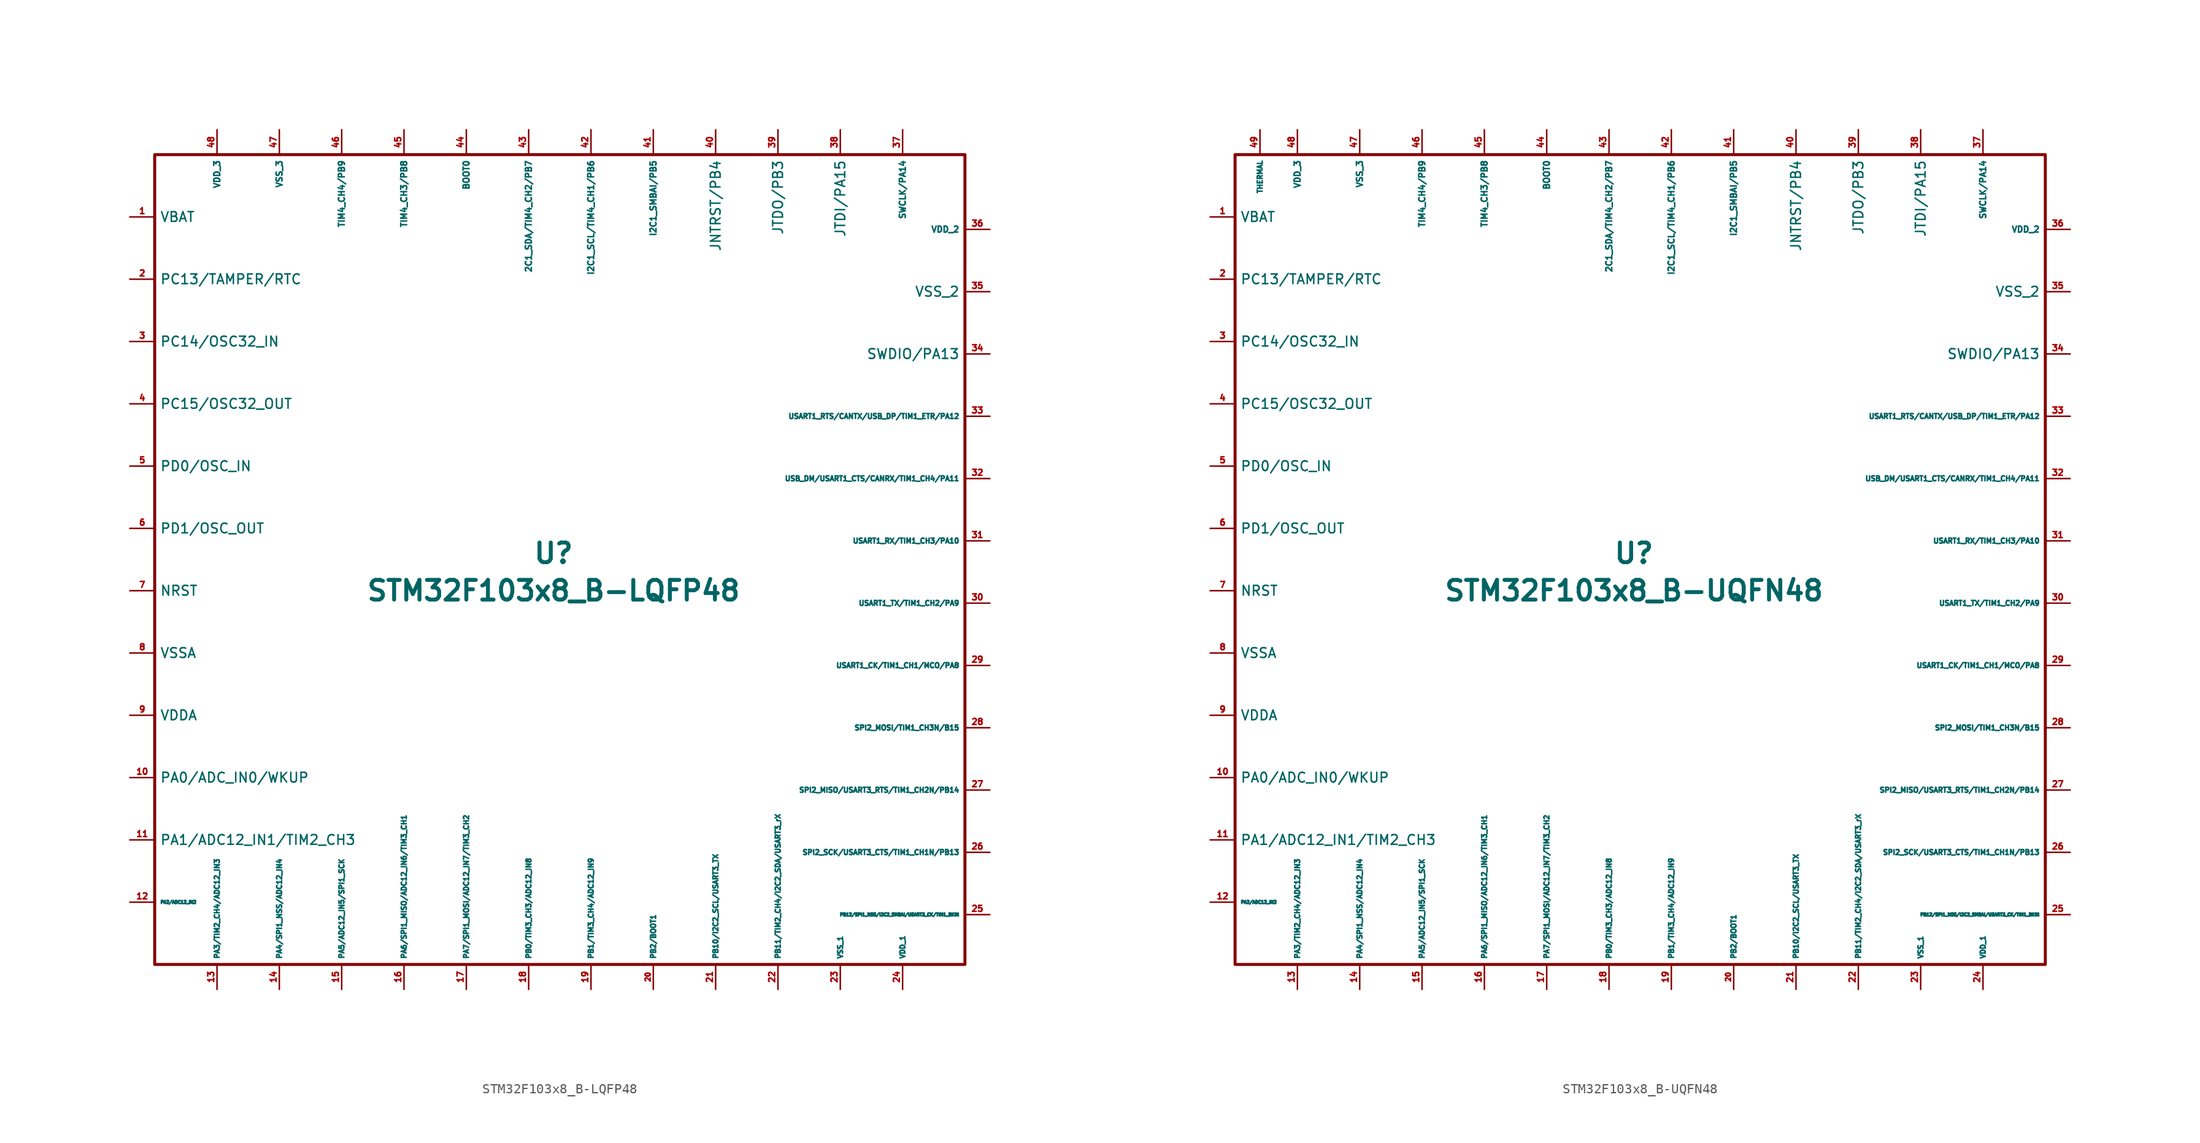
<source format=kicad_sym>
(kicad_symbol_lib
  (version 20200126)
  (host kicad_symbol_editor "(5.99.0-2039-g05a89863c)")
  (symbol "acheronSymbols:STM32F103x8_B-LQFP48"
    (property "Reference" "U"
      (at 0 1.27 0)
      (effects (font (size 2.007 2.007) bold)))
    (property "Value" "STM32F103x8_B-LQFP48"
      (at 0 -2.54 0)
      (effects (font (size 2.007 2.007) bold)))
    (symbol "STM32F103x8_B-LQFP48_0_1"
      (rectangle (start 41.91 41.91) (end -40.64 -40.64) (stroke (width 0.305)) (fill (type none))))
    (symbol "STM32F103x8_B-LQFP48_1_1"
      (pin power_in line (at -43.18 35.56 0) (length 2.54) (name "VBAT" (effects (font (size 0.991 0.991)))) (number "1" (effects (font (size 0.61 0.61)))))
      (pin bidirectional line (at -43.18 -21.59 0) (length 2.54) (name "PA0/ADC_IN0/WKUP" (effects (font (size 0.991 0.991)))) (number "10" (effects (font (size 0.61 0.61)))))
      (pin bidirectional line (at -43.18 -27.94 0) (length 2.54) (name "PA1/ADC12_IN1/TIM2_CH3" (effects (font (size 0.991 0.991)))) (number "11" (effects (font (size 0.61 0.61)))))
      (pin bidirectional line (at -43.18 -34.29 0) (length 2.54) (name "PA2/ADC12_IN2" (effects (font (size 0.305 0.305)))) (number "12" (effects (font (size 0.61 0.61)))))
      (pin bidirectional line (at -34.29 -43.18 90) (length 2.54) (name "PA3/TIM2_CH4/ADC12_IN3" (effects (font (size 0.508 0.508)))) (number "13" (effects (font (size 0.61 0.61)))))
      (pin bidirectional line (at -27.94 -43.18 90) (length 2.54) (name "PA4/SPI1_NSS/ADC12_IN4" (effects (font (size 0.508 0.508)))) (number "14" (effects (font (size 0.61 0.61)))))
      (pin bidirectional line (at -21.59 -43.18 90) (length 2.54) (name "PA5/ADC12_IN5/SPI1_SCK" (effects (font (size 0.508 0.508)))) (number "15" (effects (font (size 0.61 0.61)))))
      (pin bidirectional line (at -15.24 -43.18 90) (length 2.54) (name "PA6/SPI1_MISO/ADC12_IN6/TIM3_CH1" (effects (font (size 0.508 0.508)))) (number "16" (effects (font (size 0.61 0.61)))))
      (pin bidirectional line (at -8.89 -43.18 90) (length 2.54) (name "PA7/SPI1_MOSI/ADC12_IN7/TIM3_CH2" (effects (font (size 0.508 0.508)))) (number "17" (effects (font (size 0.61 0.61)))))
      (pin bidirectional line (at -2.54 -43.18 90) (length 2.54) (name "PB0/TIM3_CH3/ADC12_IN8" (effects (font (size 0.508 0.508)))) (number "18" (effects (font (size 0.61 0.61)))))
      (pin bidirectional line (at 3.81 -43.18 90) (length 2.54) (name "PB1/TIM3_CH4/ADC12_IN9" (effects (font (size 0.508 0.508)))) (number "19" (effects (font (size 0.61 0.61)))))
      (pin bidirectional line (at -43.18 29.21 0) (length 2.54) (name "PC13/TAMPER/RTC" (effects (font (size 0.991 0.991)))) (number "2" (effects (font (size 0.61 0.61)))))
      (pin bidirectional line (at 10.16 -43.18 90) (length 2.54) (name "PB2/BOOT1" (effects (font (size 0.508 0.508)))) (number "20" (effects (font (size 0.508 0.508)))))
      (pin bidirectional line (at 16.51 -43.18 90) (length 2.54) (name "PB10/I2C2_SCL/USART3_TX" (effects (font (size 0.508 0.508)))) (number "21" (effects (font (size 0.61 0.61)))))
      (pin bidirectional line (at 22.86 -43.18 90) (length 2.54) (name "PB11/TIM2_CH4/I2C2_SDA/USART3_rX" (effects (font (size 0.508 0.508)))) (number "22" (effects (font (size 0.61 0.61)))))
      (pin power_in line (at 29.21 -43.18 90) (length 2.54) (name "VSS_1" (effects (font (size 0.508 0.508)))) (number "23" (effects (font (size 0.61 0.61)))))
      (pin power_in line (at 35.56 -43.18 90) (length 2.54) (name "VDD_1" (effects (font (size 0.508 0.508)))) (number "24" (effects (font (size 0.61 0.61)))))
      (pin bidirectional line (at 44.45 -35.56 180) (length 2.54) (name "PB12/SPI1_NSS/I2C2_SMBAI/USART3_CK/TIM1_BKIN" (effects (font (size 0.305 0.305)))) (number "25" (effects (font (size 0.61 0.61)))))
      (pin bidirectional line (at 44.45 -29.21 180) (length 2.54) (name "SPI2_SCK/USART3_CTS/TIM1_CH1N/PB13" (effects (font (size 0.508 0.508)))) (number "26" (effects (font (size 0.61 0.61)))))
      (pin bidirectional line (at 44.45 -22.86 180) (length 2.54) (name "SPI2_MISO/USART3_RTS/TIM1_CH2N/PB14" (effects (font (size 0.508 0.508)))) (number "27" (effects (font (size 0.61 0.61)))))
      (pin bidirectional line (at 44.45 -16.51 180) (length 2.54) (name "SPI2_MOSI/TIM1_CH3N/B15" (effects (font (size 0.508 0.508)))) (number "28" (effects (font (size 0.61 0.61)))))
      (pin bidirectional line (at 44.45 -10.16 180) (length 2.54) (name "USART1_CK/TIM1_CH1/MCO/PA8" (effects (font (size 0.508 0.508)))) (number "29" (effects (font (size 0.61 0.61)))))
      (pin bidirectional line (at -43.18 22.86 0) (length 2.54) (name "PC14/OSC32_IN" (effects (font (size 0.991 0.991)))) (number "3" (effects (font (size 0.61 0.61)))))
      (pin bidirectional line (at 44.45 -3.81 180) (length 2.54) (name "USART1_TX/TIM1_CH2/PA9" (effects (font (size 0.508 0.508)))) (number "30" (effects (font (size 0.61 0.61)))))
      (pin bidirectional line (at 44.45 2.54 180) (length 2.54) (name "USART1_RX/TIM1_CH3/PA10" (effects (font (size 0.508 0.508)))) (number "31" (effects (font (size 0.61 0.61)))))
      (pin bidirectional line (at 44.45 8.89 180) (length 2.54) (name "USB_DM/USART1_CTS/CANRX/TIM1_CH4/PA11" (effects (font (size 0.508 0.508)))) (number "32" (effects (font (size 0.61 0.61)))))
      (pin bidirectional line (at 44.45 15.24 180) (length 2.54) (name "USART1_RTS/CANTX/USB_DP/TIM1_ETR/PA12" (effects (font (size 0.508 0.508)))) (number "33" (effects (font (size 0.61 0.61)))))
      (pin bidirectional line (at 44.45 21.59 180) (length 2.54) (name "SWDIO/PA13" (effects (font (size 0.991 0.991)))) (number "34" (effects (font (size 0.61 0.61)))))
      (pin power_in line (at 44.45 27.94 180) (length 2.54) (name "VSS_2" (effects (font (size 0.991 0.991)))) (number "35" (effects (font (size 0.61 0.61)))))
      (pin power_in line (at 44.45 34.29 180) (length 2.54) (name "VDD_2" (effects (font (size 0.61 0.61)))) (number "36" (effects (font (size 0.61 0.61)))))
      (pin bidirectional line (at 35.56 44.45 270) (length 2.54) (name "SWCLK/PA14" (effects (font (size 0.61 0.61)))) (number "37" (effects (font (size 0.61 0.61)))))
      (pin bidirectional line (at 29.21 44.45 270) (length 2.54) (name "JTDI/PA15" (effects (font (size 0.991 0.991)))) (number "38" (effects (font (size 0.61 0.61)))))
      (pin bidirectional line (at 22.86 44.45 270) (length 2.54) (name "JTDO/PB3" (effects (font (size 0.991 0.991)))) (number "39" (effects (font (size 0.61 0.61)))))
      (pin bidirectional line (at -43.18 16.51 0) (length 2.54) (name "PC15/OSC32_OUT" (effects (font (size 0.991 0.991)))) (number "4" (effects (font (size 0.61 0.61)))))
      (pin bidirectional line (at 16.51 44.45 270) (length 2.54) (name "JNTRST/PB4" (effects (font (size 0.991 0.991)))) (number "40" (effects (font (size 0.61 0.61)))))
      (pin bidirectional line (at 10.16 44.45 270) (length 2.54) (name "I2C1_SMBAI/PB5" (effects (font (size 0.61 0.61)))) (number "41" (effects (font (size 0.61 0.61)))))
      (pin bidirectional line (at 3.81 44.45 270) (length 2.54) (name "I2C1_SCL/TIM4_CH1/PB6" (effects (font (size 0.61 0.61)))) (number "42" (effects (font (size 0.61 0.61)))))
      (pin bidirectional line (at -2.54 44.45 270) (length 2.54) (name "2C1_SDA/TIM4_CH2/PB7" (effects (font (size 0.61 0.61)))) (number "43" (effects (font (size 0.61 0.61)))))
      (pin output line (at -8.89 44.45 270) (length 2.54) (name "BOOT0" (effects (font (size 0.61 0.61)))) (number "44" (effects (font (size 0.61 0.61)))))
      (pin bidirectional line (at -15.24 44.45 270) (length 2.54) (name "TIM4_CH3/PB8" (effects (font (size 0.61 0.61)))) (number "45" (effects (font (size 0.61 0.61)))))
      (pin input line (at -21.59 44.45 270) (length 2.54) (name "TIM4_CH4/PB9" (effects (font (size 0.61 0.61)))) (number "46" (effects (font (size 0.61 0.61)))))
      (pin input line (at -27.94 44.45 270) (length 2.54) (name "VSS_3" (effects (font (size 0.61 0.61)))) (number "47" (effects (font (size 0.61 0.61)))))
      (pin input line (at -34.29 44.45 270) (length 2.54) (name "VDD_3" (effects (font (size 0.61 0.61)))) (number "48" (effects (font (size 0.61 0.61)))))
      (pin bidirectional line (at -43.18 10.16 0) (length 2.54) (name "PD0/OSC_IN" (effects (font (size 0.991 0.991)))) (number "5" (effects (font (size 0.61 0.61)))))
      (pin bidirectional line (at -43.18 3.81 0) (length 2.54) (name "PD1/OSC_OUT" (effects (font (size 0.991 0.991)))) (number "6" (effects (font (size 0.61 0.61)))))
      (pin input line (at -43.18 -2.54 0) (length 2.54) (name "NRST" (effects (font (size 0.991 0.991)))) (number "7" (effects (font (size 0.61 0.61)))))
      (pin power_in line (at -43.18 -8.89 0) (length 2.54) (name "VSSA" (effects (font (size 0.991 0.991)))) (number "8" (effects (font (size 0.61 0.61)))))
      (pin power_in line (at -43.18 -15.24 0) (length 2.54) (name "VDDA" (effects (font (size 0.991 0.991)))) (number "9" (effects (font (size 0.61 0.61)))))))
  (symbol "acheronSymbols:STM32F103x8_B-UQFN48"
    (property "Reference" "U"
      (at 0 1.27 0)
      (effects (font (size 2.007 2.007) bold)))
    (property "Value" "STM32F103x8_B-UQFN48"
      (at 0 -2.54 0)
      (effects (font (size 2.007 2.007) bold)))
    (symbol "STM32F103x8_B-UQFN48_0_1"
      (rectangle (start 41.91 41.91) (end -40.64 -40.64) (stroke (width 0.305)) (fill (type none))))
    (symbol "STM32F103x8_B-UQFN48_1_1"
      (pin power_in line (at -43.18 35.56 0) (length 2.54) (name "VBAT" (effects (font (size 0.991 0.991)))) (number "1" (effects (font (size 0.61 0.61)))))
      (pin bidirectional line (at -43.18 -21.59 0) (length 2.54) (name "PA0/ADC_IN0/WKUP" (effects (font (size 0.991 0.991)))) (number "10" (effects (font (size 0.61 0.61)))))
      (pin bidirectional line (at -43.18 -27.94 0) (length 2.54) (name "PA1/ADC12_IN1/TIM2_CH3" (effects (font (size 0.991 0.991)))) (number "11" (effects (font (size 0.61 0.61)))))
      (pin bidirectional line (at -43.18 -34.29 0) (length 2.54) (name "PA2/ADC12_IN2" (effects (font (size 0.305 0.305)))) (number "12" (effects (font (size 0.61 0.61)))))
      (pin bidirectional line (at -34.29 -43.18 90) (length 2.54) (name "PA3/TIM2_CH4/ADC12_IN3" (effects (font (size 0.508 0.508)))) (number "13" (effects (font (size 0.61 0.61)))))
      (pin bidirectional line (at -27.94 -43.18 90) (length 2.54) (name "PA4/SPI1_NSS/ADC12_IN4" (effects (font (size 0.508 0.508)))) (number "14" (effects (font (size 0.61 0.61)))))
      (pin bidirectional line (at -21.59 -43.18 90) (length 2.54) (name "PA5/ADC12_IN5/SPI1_SCK" (effects (font (size 0.508 0.508)))) (number "15" (effects (font (size 0.61 0.61)))))
      (pin bidirectional line (at -15.24 -43.18 90) (length 2.54) (name "PA6/SPI1_MISO/ADC12_IN6/TIM3_CH1" (effects (font (size 0.508 0.508)))) (number "16" (effects (font (size 0.61 0.61)))))
      (pin bidirectional line (at -8.89 -43.18 90) (length 2.54) (name "PA7/SPI1_MOSI/ADC12_IN7/TIM3_CH2" (effects (font (size 0.508 0.508)))) (number "17" (effects (font (size 0.61 0.61)))))
      (pin bidirectional line (at -2.54 -43.18 90) (length 2.54) (name "PB0/TIM3_CH3/ADC12_IN8" (effects (font (size 0.508 0.508)))) (number "18" (effects (font (size 0.61 0.61)))))
      (pin bidirectional line (at 3.81 -43.18 90) (length 2.54) (name "PB1/TIM3_CH4/ADC12_IN9" (effects (font (size 0.508 0.508)))) (number "19" (effects (font (size 0.61 0.61)))))
      (pin bidirectional line (at -43.18 29.21 0) (length 2.54) (name "PC13/TAMPER/RTC" (effects (font (size 0.991 0.991)))) (number "2" (effects (font (size 0.61 0.61)))))
      (pin bidirectional line (at 10.16 -43.18 90) (length 2.54) (name "PB2/BOOT1" (effects (font (size 0.508 0.508)))) (number "20" (effects (font (size 0.508 0.508)))))
      (pin bidirectional line (at 16.51 -43.18 90) (length 2.54) (name "PB10/I2C2_SCL/USART3_TX" (effects (font (size 0.508 0.508)))) (number "21" (effects (font (size 0.61 0.61)))))
      (pin bidirectional line (at 22.86 -43.18 90) (length 2.54) (name "PB11/TIM2_CH4/I2C2_SDA/USART3_rX" (effects (font (size 0.508 0.508)))) (number "22" (effects (font (size 0.61 0.61)))))
      (pin power_in line (at 29.21 -43.18 90) (length 2.54) (name "VSS_1" (effects (font (size 0.508 0.508)))) (number "23" (effects (font (size 0.61 0.61)))))
      (pin power_in line (at 35.56 -43.18 90) (length 2.54) (name "VDD_1" (effects (font (size 0.508 0.508)))) (number "24" (effects (font (size 0.61 0.61)))))
      (pin bidirectional line (at 44.45 -35.56 180) (length 2.54) (name "PB12/SPI1_NSS/I2C2_SMBAI/USART3_CK/TIM1_BKIN" (effects (font (size 0.305 0.305)))) (number "25" (effects (font (size 0.61 0.61)))))
      (pin bidirectional line (at 44.45 -29.21 180) (length 2.54) (name "SPI2_SCK/USART3_CTS/TIM1_CH1N/PB13" (effects (font (size 0.508 0.508)))) (number "26" (effects (font (size 0.61 0.61)))))
      (pin bidirectional line (at 44.45 -22.86 180) (length 2.54) (name "SPI2_MISO/USART3_RTS/TIM1_CH2N/PB14" (effects (font (size 0.508 0.508)))) (number "27" (effects (font (size 0.61 0.61)))))
      (pin bidirectional line (at 44.45 -16.51 180) (length 2.54) (name "SPI2_MOSI/TIM1_CH3N/B15" (effects (font (size 0.508 0.508)))) (number "28" (effects (font (size 0.61 0.61)))))
      (pin bidirectional line (at 44.45 -10.16 180) (length 2.54) (name "USART1_CK/TIM1_CH1/MCO/PA8" (effects (font (size 0.508 0.508)))) (number "29" (effects (font (size 0.61 0.61)))))
      (pin bidirectional line (at -43.18 22.86 0) (length 2.54) (name "PC14/OSC32_IN" (effects (font (size 0.991 0.991)))) (number "3" (effects (font (size 0.61 0.61)))))
      (pin bidirectional line (at 44.45 -3.81 180) (length 2.54) (name "USART1_TX/TIM1_CH2/PA9" (effects (font (size 0.508 0.508)))) (number "30" (effects (font (size 0.61 0.61)))))
      (pin bidirectional line (at 44.45 2.54 180) (length 2.54) (name "USART1_RX/TIM1_CH3/PA10" (effects (font (size 0.508 0.508)))) (number "31" (effects (font (size 0.61 0.61)))))
      (pin bidirectional line (at 44.45 8.89 180) (length 2.54) (name "USB_DM/USART1_CTS/CANRX/TIM1_CH4/PA11" (effects (font (size 0.508 0.508)))) (number "32" (effects (font (size 0.61 0.61)))))
      (pin bidirectional line (at 44.45 15.24 180) (length 2.54) (name "USART1_RTS/CANTX/USB_DP/TIM1_ETR/PA12" (effects (font (size 0.508 0.508)))) (number "33" (effects (font (size 0.61 0.61)))))
      (pin bidirectional line (at 44.45 21.59 180) (length 2.54) (name "SWDIO/PA13" (effects (font (size 0.991 0.991)))) (number "34" (effects (font (size 0.61 0.61)))))
      (pin power_in line (at 44.45 27.94 180) (length 2.54) (name "VSS_2" (effects (font (size 0.991 0.991)))) (number "35" (effects (font (size 0.61 0.61)))))
      (pin power_in line (at 44.45 34.29 180) (length 2.54) (name "VDD_2" (effects (font (size 0.61 0.61)))) (number "36" (effects (font (size 0.61 0.61)))))
      (pin bidirectional line (at 35.56 44.45 270) (length 2.54) (name "SWCLK/PA14" (effects (font (size 0.61 0.61)))) (number "37" (effects (font (size 0.61 0.61)))))
      (pin bidirectional line (at 29.21 44.45 270) (length 2.54) (name "JTDI/PA15" (effects (font (size 0.991 0.991)))) (number "38" (effects (font (size 0.61 0.61)))))
      (pin bidirectional line (at 22.86 44.45 270) (length 2.54) (name "JTDO/PB3" (effects (font (size 0.991 0.991)))) (number "39" (effects (font (size 0.61 0.61)))))
      (pin bidirectional line (at -43.18 16.51 0) (length 2.54) (name "PC15/OSC32_OUT" (effects (font (size 0.991 0.991)))) (number "4" (effects (font (size 0.61 0.61)))))
      (pin bidirectional line (at 16.51 44.45 270) (length 2.54) (name "JNTRST/PB4" (effects (font (size 0.991 0.991)))) (number "40" (effects (font (size 0.61 0.61)))))
      (pin bidirectional line (at 10.16 44.45 270) (length 2.54) (name "I2C1_SMBAI/PB5" (effects (font (size 0.61 0.61)))) (number "41" (effects (font (size 0.61 0.61)))))
      (pin bidirectional line (at 3.81 44.45 270) (length 2.54) (name "I2C1_SCL/TIM4_CH1/PB6" (effects (font (size 0.61 0.61)))) (number "42" (effects (font (size 0.61 0.61)))))
      (pin bidirectional line (at -2.54 44.45 270) (length 2.54) (name "2C1_SDA/TIM4_CH2/PB7" (effects (font (size 0.61 0.61)))) (number "43" (effects (font (size 0.61 0.61)))))
      (pin output line (at -8.89 44.45 270) (length 2.54) (name "BOOT0" (effects (font (size 0.61 0.61)))) (number "44" (effects (font (size 0.61 0.61)))))
      (pin bidirectional line (at -15.24 44.45 270) (length 2.54) (name "TIM4_CH3/PB8" (effects (font (size 0.61 0.61)))) (number "45" (effects (font (size 0.61 0.61)))))
      (pin input line (at -21.59 44.45 270) (length 2.54) (name "TIM4_CH4/PB9" (effects (font (size 0.61 0.61)))) (number "46" (effects (font (size 0.61 0.61)))))
      (pin input line (at -27.94 44.45 270) (length 2.54) (name "VSS_3" (effects (font (size 0.61 0.61)))) (number "47" (effects (font (size 0.61 0.61)))))
      (pin input line (at -34.29 44.45 270) (length 2.54) (name "VDD_3" (effects (font (size 0.61 0.61)))) (number "48" (effects (font (size 0.61 0.61)))))
      (pin input line (at -38.1 44.45 270) (length 2.54) (name "THERMAL" (effects (font (size 0.508 0.508)))) (number "49" (effects (font (size 0.61 0.61)))))
      (pin bidirectional line (at -43.18 10.16 0) (length 2.54) (name "PD0/OSC_IN" (effects (font (size 0.991 0.991)))) (number "5" (effects (font (size 0.61 0.61)))))
      (pin bidirectional line (at -43.18 3.81 0) (length 2.54) (name "PD1/OSC_OUT" (effects (font (size 0.991 0.991)))) (number "6" (effects (font (size 0.61 0.61)))))
      (pin input line (at -43.18 -2.54 0) (length 2.54) (name "NRST" (effects (font (size 0.991 0.991)))) (number "7" (effects (font (size 0.61 0.61)))))
      (pin power_in line (at -43.18 -8.89 0) (length 2.54) (name "VSSA" (effects (font (size 0.991 0.991)))) (number "8" (effects (font (size 0.61 0.61)))))
      (pin power_in line (at -43.18 -15.24 0) (length 2.54) (name "VDDA" (effects (font (size 0.991 0.991)))) (number "9" (effects (font (size 0.61 0.61))))))))
</source>
